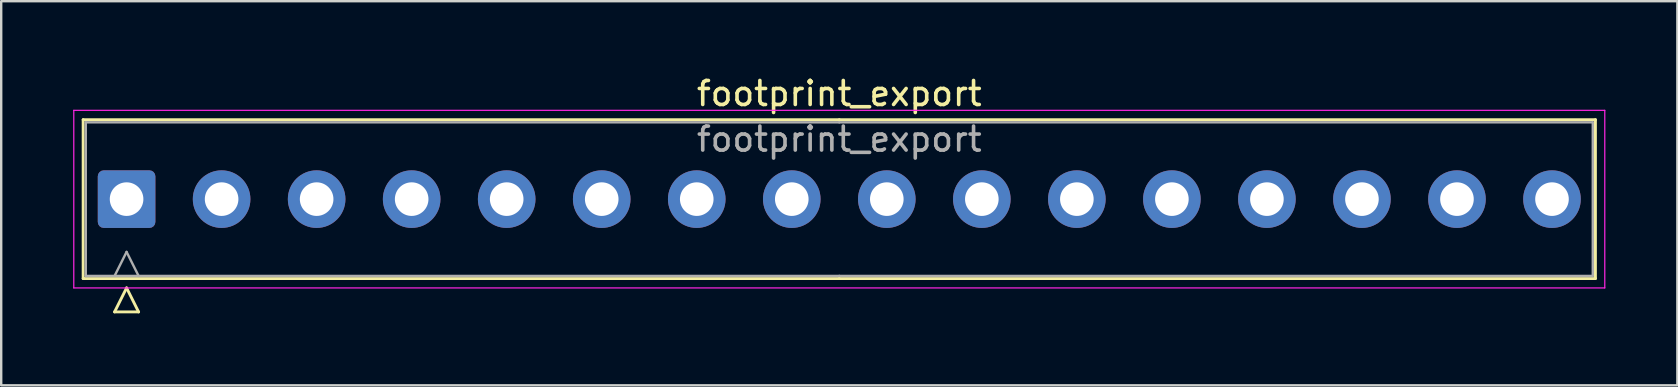
<source format=kicad_pcb>
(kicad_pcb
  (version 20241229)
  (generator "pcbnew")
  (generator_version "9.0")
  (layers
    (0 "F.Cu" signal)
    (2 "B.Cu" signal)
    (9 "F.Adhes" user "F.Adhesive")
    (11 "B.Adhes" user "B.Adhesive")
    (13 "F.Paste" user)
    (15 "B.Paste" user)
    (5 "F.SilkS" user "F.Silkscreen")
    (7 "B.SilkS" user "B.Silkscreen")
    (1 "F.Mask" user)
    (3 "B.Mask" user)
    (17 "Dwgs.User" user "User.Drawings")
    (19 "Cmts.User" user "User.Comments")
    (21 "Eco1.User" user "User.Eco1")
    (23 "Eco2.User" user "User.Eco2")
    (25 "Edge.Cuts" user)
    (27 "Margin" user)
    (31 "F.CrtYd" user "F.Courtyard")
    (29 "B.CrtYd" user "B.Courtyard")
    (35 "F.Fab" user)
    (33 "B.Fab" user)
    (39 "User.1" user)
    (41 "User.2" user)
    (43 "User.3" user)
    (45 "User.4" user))
  (footprint "footprint_export"
    (layer "F.Cu")
    (at 2.225 5.248)
    (property "Reference" "footprint_export" (at 29.7 -4.4 0) (layer "F.SilkS") (effects (font (size 1 1) (thickness 0.15))))
    (attr through_hole)
    (fp_line (start -1.81 -3.31) (end -1.81 3.31) (stroke (width 0.12) (type solid)) (layer "F.SilkS"))
    (fp_line (start -1.81 3.31) (end 29.7 3.31) (stroke (width 0.12) (type solid)) (layer "F.SilkS"))
    (fp_line (start -0.5 4.7) (end 0 3.7) (stroke (width 0.12) (type solid)) (layer "F.SilkS"))
    (fp_line (start 0 3.7) (end 0.5 4.7) (stroke (width 0.12) (type solid)) (layer "F.SilkS"))
    (fp_line (start 0.5 4.7) (end -0.5 4.7) (stroke (width 0.12) (type solid)) (layer "F.SilkS"))
    (fp_line (start 29.7 -3.31) (end -1.81 -3.31) (stroke (width 0.12) (type solid)) (layer "F.SilkS"))
    (fp_line (start 29.7 -3.31) (end 61.21 -3.31) (stroke (width 0.12) (type solid)) (layer "F.SilkS"))
    (fp_line (start 61.21 -3.31) (end 61.21 3.31) (stroke (width 0.12) (type solid)) (layer "F.SilkS"))
    (fp_line (start 61.21 3.31) (end 29.7 3.31) (stroke (width 0.12) (type solid)) (layer "F.SilkS"))
    (fp_line (start -2.2 -3.7) (end -2.2 3.7) (stroke (width 0.05) (type solid)) (layer "F.CrtYd"))
    (fp_line (start -2.2 3.7) (end 61.6 3.7) (stroke (width 0.05) (type solid)) (layer "F.CrtYd"))
    (fp_line (start 61.6 -3.7) (end -2.2 -3.7) (stroke (width 0.05) (type solid)) (layer "F.CrtYd"))
    (fp_line (start 61.6 3.7) (end 61.6 -3.7) (stroke (width 0.05) (type solid)) (layer "F.CrtYd"))
    (fp_line (start -1.7 -3.2) (end -1.7 3.2) (stroke (width 0.1) (type solid)) (layer "F.Fab"))
    (fp_line (start -1.7 3.2) (end 29.7 3.2) (stroke (width 0.1) (type solid)) (layer "F.Fab"))
    (fp_line (start -0.5 3.2) (end 0 2.2) (stroke (width 0.1) (type solid)) (layer "F.Fab"))
    (fp_line (start 0 2.2) (end 0.5 3.2) (stroke (width 0.1) (type solid)) (layer "F.Fab"))
    (fp_line (start 29.7 -3.2) (end -1.7 -3.2) (stroke (width 0.1) (type solid)) (layer "F.Fab"))
    (fp_line (start 29.7 -3.2) (end 61.1 -3.2) (stroke (width 0.1) (type solid)) (layer "F.Fab"))
    (fp_line (start 61.1 -3.2) (end 61.1 3.2) (stroke (width 0.1) (type solid)) (layer "F.Fab"))
    (fp_line (start 61.1 3.2) (end 29.7 3.2) (stroke (width 0.1) (type solid)) (layer "F.Fab"))
    (fp_text user "${REFERENCE}" (at 29.7 -2.5 0) (layer "F.Fab") (effects (font (size 1 1) (thickness 0.15))))
    (pad "1" thru_hole roundrect (at 0 0) (size 2.4 2.4) (drill 1.4) (layers "*.Cu" "*.Mask") (roundrect_rratio 0.104))
    (pad "2" thru_hole circle (at 3.96 0) (size 2.4 2.4) (drill 1.4) (layers "*.Cu" "*.Mask"))
    (pad "3" thru_hole circle (at 7.92 0) (size 2.4 2.4) (drill 1.4) (layers "*.Cu" "*.Mask"))
    (pad "4" thru_hole circle (at 11.88 0) (size 2.4 2.4) (drill 1.4) (layers "*.Cu" "*.Mask"))
    (pad "5" thru_hole circle (at 15.84 0) (size 2.4 2.4) (drill 1.4) (layers "*.Cu" "*.Mask"))
    (pad "6" thru_hole circle (at 19.8 0) (size 2.4 2.4) (drill 1.4) (layers "*.Cu" "*.Mask"))
    (pad "7" thru_hole circle (at 23.76 0) (size 2.4 2.4) (drill 1.4) (layers "*.Cu" "*.Mask"))
    (pad "8" thru_hole circle (at 27.72 0) (size 2.4 2.4) (drill 1.4) (layers "*.Cu" "*.Mask"))
    (pad "9" thru_hole circle (at 31.68 0) (size 2.4 2.4) (drill 1.4) (layers "*.Cu" "*.Mask"))
    (pad "10" thru_hole circle (at 35.64 0) (size 2.4 2.4) (drill 1.4) (layers "*.Cu" "*.Mask"))
    (pad "11" thru_hole circle (at 39.6 0) (size 2.4 2.4) (drill 1.4) (layers "*.Cu" "*.Mask"))
    (pad "12" thru_hole circle (at 43.56 0) (size 2.4 2.4) (drill 1.4) (layers "*.Cu" "*.Mask"))
    (pad "13" thru_hole circle (at 47.52 0) (size 2.4 2.4) (drill 1.4) (layers "*.Cu" "*.Mask"))
    (pad "14" thru_hole circle (at 51.48 0) (size 2.4 2.4) (drill 1.4) (layers "*.Cu" "*.Mask"))
    (pad "15" thru_hole circle (at 55.44 0) (size 2.4 2.4) (drill 1.4) (layers "*.Cu" "*.Mask"))
    (pad "16" thru_hole circle (at 59.4 0) (size 2.4 2.4) (drill 1.4) (layers "*.Cu" "*.Mask")))
  (gr_rect
    (start -3 -3)
    (end 66.85 13.008)
    (stroke (width 0.1) (type default))
    (fill no)
    (layer "Edge.Cuts")))
</source>
